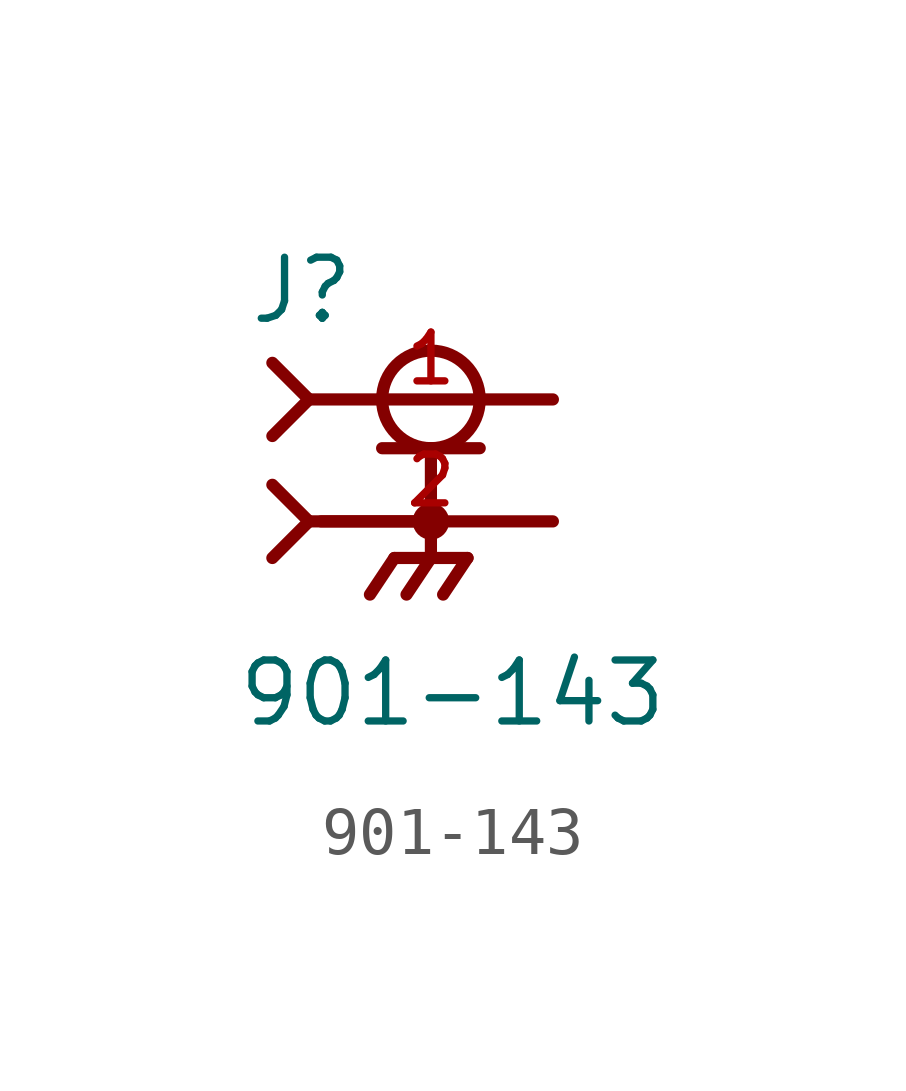
<source format=kicad_sym>
(kicad_symbol_lib
  (version 20211014)
  (generator kicad_symbol_editor)
  (symbol "901-143"
    (pin_names
      (offset 1.016))
    (property "Reference" "J"
      (at -3.814 4.068 0)
      (effects (font (size 1.27 1.27)) (justify bottom left)))
    (property "Value" "901-143"
      (at -4.066 -4.32 0)
      (effects (font (size 1.27 1.27)) (justify bottom left)))
    (symbol "901-143_0_0"
      (circle (center 0.0 2.54) (radius 1.016) (stroke (width 0.254)) (fill (type none)))
      (polyline (pts (xy -1.016 1.524) (xy 0.0 1.524)) (stroke (width 0.254)))
      (polyline (pts (xy 0.0 1.524) (xy 1.016 1.524)) (stroke (width 0.254)))
      (polyline (pts (xy 0.0 0.0) (xy -2.286 0.0)) (stroke (width 0.254)))
      (polyline (pts (xy -3.302 3.302) (xy -2.54 2.54)) (stroke (width 0.254)))
      (polyline (pts (xy -3.302 1.778) (xy -2.54 2.54)) (stroke (width 0.254)))
      (polyline (pts (xy 0.0 1.524) (xy 0.0 0.0)) (stroke (width 0.254)))
      (circle (center 0.0 0.0) (radius 0.254) (stroke (width 0.254)) (fill (type none)))
      (polyline (pts (xy -2.54 2.54) (xy 2.54 2.54)) (stroke (width 0.254)))
      (polyline (pts (xy 2.54 0.0) (xy 0.0 0.0)) (stroke (width 0.254)))
      (polyline (pts (xy 0.0 0.0) (xy 0.0 -0.762)) (stroke (width 0.254)))
      (polyline (pts (xy 0.0 -0.762) (xy -0.762 -0.762)) (stroke (width 0.254)))
      (polyline (pts (xy 0.0 -0.762) (xy 0.762 -0.762)) (stroke (width 0.254)))
      (polyline (pts (xy -0.762 -0.762) (xy -1.27 -1.524)) (stroke (width 0.254)))
      (polyline (pts (xy 0.0 -0.762) (xy -0.508 -1.524)) (stroke (width 0.254)))
      (polyline (pts (xy 0.762 -0.762) (xy 0.254 -1.524)) (stroke (width 0.254)))
      (polyline (pts (xy -3.302 0.762) (xy -2.54 0.0)) (stroke (width 0.254)))
      (polyline (pts (xy -3.302 -0.762) (xy -2.54 0.0)) (stroke (width 0.254)))
      (polyline (pts (xy -2.54 0.0) (xy 0.0 0.0)) (stroke (width 0.254)))
      (pin passive line (at 2.54 2.54 180.0) (length 5.08) (name "~" (effects (font (size 1.016 1.016)))) (number "1" (effects (font (size 1.016 1.016)))))
      (pin passive line (at 2.54 0.0 180.0) (length 5.08) (name "~" (effects (font (size 1.016 1.016)))) (number "2" (effects (font (size 1.016 1.016))))))))
</source>
